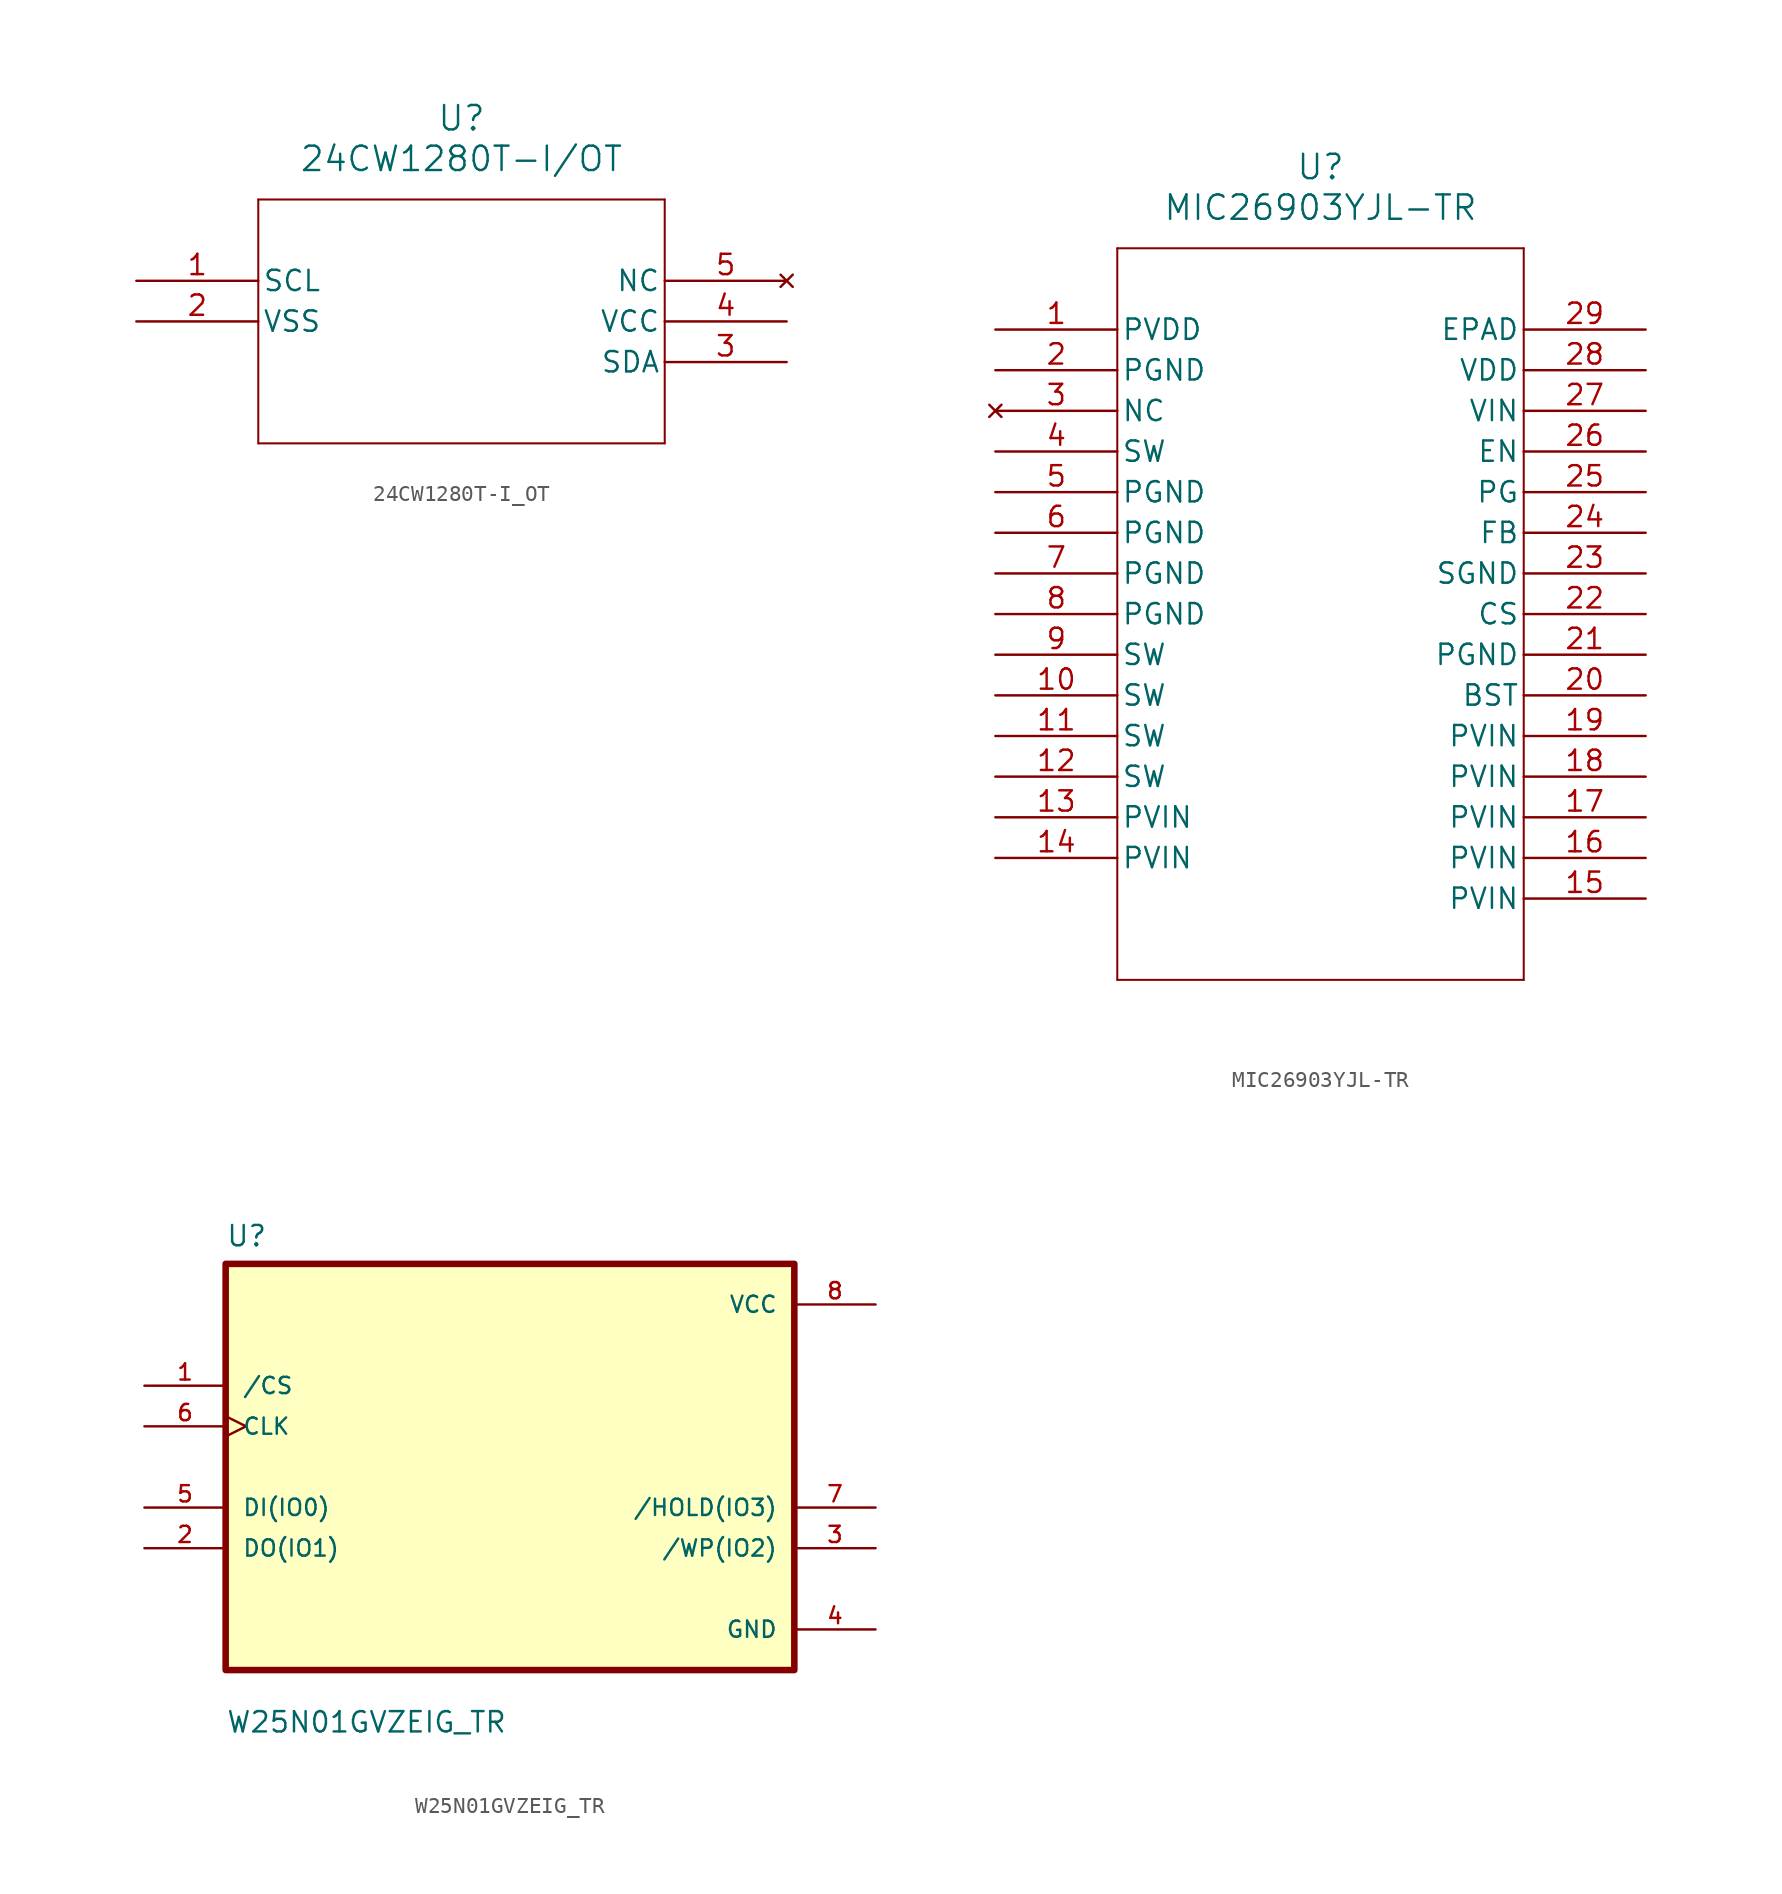
<source format=kicad_sym>
(kicad_symbol_lib
  (version 20241209)
  (generator "kicad_symbol_editor")
  (generator_version "9.0")
  (symbol "24CW1280T-I_OT"
    (pin_names
      (offset 0.254))
    (property "Reference" "U"
      (at 20.32 10.16 0)
      (effects (font (size 1.524 1.524))))
    (property "Value" "24CW1280T-I/OT"
      (at 20.32 7.62 0)
      (effects (font (size 1.524 1.524))))
    (property "ki_locked" ""
      (at 0 0 0)
      (effects (font (size 1.27 1.27))))
    (symbol "24CW1280T-I_OT_0_1"
      (polyline (pts (xy 7.62 5.08) (xy 7.62 -10.16)) (stroke (width 0.127) (type default)) (fill (type none)))
      (polyline (pts (xy 7.62 -10.16) (xy 33.02 -10.16)) (stroke (width 0.127) (type default)) (fill (type none)))
      (polyline (pts (xy 33.02 5.08) (xy 7.62 5.08)) (stroke (width 0.127) (type default)) (fill (type none)))
      (polyline (pts (xy 33.02 -10.16) (xy 33.02 5.08)) (stroke (width 0.127) (type default)) (fill (type none)))
      (pin unspecified line (at 0 0 0) (length 7.62) (name "SCL" (effects (font (size 1.27 1.27)))) (number "1" (effects (font (size 1.27 1.27)))))
      (pin power_out line (at 0 -2.54 0) (length 7.62) (name "VSS" (effects (font (size 1.27 1.27)))) (number "2" (effects (font (size 1.27 1.27)))))
      (pin no_connect line (at 40.64 0 180) (length 7.62) (name "NC" (effects (font (size 1.27 1.27)))) (number "5" (effects (font (size 1.27 1.27)))))
      (pin power_in line (at 40.64 -2.54 180) (length 7.62) (name "VCC" (effects (font (size 1.27 1.27)))) (number "4" (effects (font (size 1.27 1.27)))))
      (pin unspecified line (at 40.64 -5.08 180) (length 7.62) (name "SDA" (effects (font (size 1.27 1.27)))) (number "3" (effects (font (size 1.27 1.27)))))))
  (symbol "MIC26903YJL-TR"
    (pin_names
      (offset 0.254))
    (property "Reference" "U"
      (at 20.32 10.16 0)
      (effects (font (size 1.524 1.524))))
    (property "Value" "MIC26903YJL-TR"
      (at 20.32 7.62 0)
      (effects (font (size 1.524 1.524))))
    (property "ki_locked" ""
      (at 0 0 0)
      (effects (font (size 1.27 1.27))))
    (symbol "MIC26903YJL-TR_0_1"
      (polyline (pts (xy 7.62 5.08) (xy 7.62 -40.64)) (stroke (width 0.127) (type default)) (fill (type none)))
      (polyline (pts (xy 7.62 -40.64) (xy 33.02 -40.64)) (stroke (width 0.127) (type default)) (fill (type none)))
      (polyline (pts (xy 33.02 5.08) (xy 7.62 5.08)) (stroke (width 0.127) (type default)) (fill (type none)))
      (polyline (pts (xy 33.02 -40.64) (xy 33.02 5.08)) (stroke (width 0.127) (type default)) (fill (type none)))
      (pin power_in line (at 0 0 0) (length 7.62) (name "PVDD" (effects (font (size 1.27 1.27)))) (number "1" (effects (font (size 1.27 1.27)))))
      (pin power_in line (at 0 -2.54 0) (length 7.62) (name "PGND" (effects (font (size 1.27 1.27)))) (number "2" (effects (font (size 1.27 1.27)))))
      (pin no_connect line (at 0 -5.08 0) (length 7.62) (name "NC" (effects (font (size 1.27 1.27)))) (number "3" (effects (font (size 1.27 1.27)))))
      (pin output line (at 0 -7.62 0) (length 7.62) (name "SW" (effects (font (size 1.27 1.27)))) (number "4" (effects (font (size 1.27 1.27)))))
      (pin power_in line (at 0 -10.16 0) (length 7.62) (name "PGND" (effects (font (size 1.27 1.27)))) (number "5" (effects (font (size 1.27 1.27)))))
      (pin power_in line (at 0 -12.7 0) (length 7.62) (name "PGND" (effects (font (size 1.27 1.27)))) (number "6" (effects (font (size 1.27 1.27)))))
      (pin power_in line (at 0 -15.24 0) (length 7.62) (name "PGND" (effects (font (size 1.27 1.27)))) (number "7" (effects (font (size 1.27 1.27)))))
      (pin power_in line (at 0 -17.78 0) (length 7.62) (name "PGND" (effects (font (size 1.27 1.27)))) (number "8" (effects (font (size 1.27 1.27)))))
      (pin output line (at 0 -20.32 0) (length 7.62) (name "SW" (effects (font (size 1.27 1.27)))) (number "9" (effects (font (size 1.27 1.27)))))
      (pin output line (at 0 -22.86 0) (length 7.62) (name "SW" (effects (font (size 1.27 1.27)))) (number "10" (effects (font (size 1.27 1.27)))))
      (pin output line (at 0 -25.4 0) (length 7.62) (name "SW" (effects (font (size 1.27 1.27)))) (number "11" (effects (font (size 1.27 1.27)))))
      (pin output line (at 0 -27.94 0) (length 7.62) (name "SW" (effects (font (size 1.27 1.27)))) (number "12" (effects (font (size 1.27 1.27)))))
      (pin input line (at 0 -30.48 0) (length 7.62) (name "PVIN" (effects (font (size 1.27 1.27)))) (number "13" (effects (font (size 1.27 1.27)))))
      (pin input line (at 0 -33.02 0) (length 7.62) (name "PVIN" (effects (font (size 1.27 1.27)))) (number "14" (effects (font (size 1.27 1.27)))))
      (pin unspecified line (at 40.64 0 180) (length 7.62) (name "EPAD" (effects (font (size 1.27 1.27)))) (number "29" (effects (font (size 1.27 1.27)))))
      (pin power_in line (at 40.64 -2.54 180) (length 7.62) (name "VDD" (effects (font (size 1.27 1.27)))) (number "28" (effects (font (size 1.27 1.27)))))
      (pin input line (at 40.64 -5.08 180) (length 7.62) (name "VIN" (effects (font (size 1.27 1.27)))) (number "27" (effects (font (size 1.27 1.27)))))
      (pin input line (at 40.64 -7.62 180) (length 7.62) (name "EN" (effects (font (size 1.27 1.27)))) (number "26" (effects (font (size 1.27 1.27)))))
      (pin output line (at 40.64 -10.16 180) (length 7.62) (name "PG" (effects (font (size 1.27 1.27)))) (number "25" (effects (font (size 1.27 1.27)))))
      (pin input line (at 40.64 -12.7 180) (length 7.62) (name "FB" (effects (font (size 1.27 1.27)))) (number "24" (effects (font (size 1.27 1.27)))))
      (pin power_in line (at 40.64 -15.24 180) (length 7.62) (name "SGND" (effects (font (size 1.27 1.27)))) (number "23" (effects (font (size 1.27 1.27)))))
      (pin input line (at 40.64 -17.78 180) (length 7.62) (name "CS" (effects (font (size 1.27 1.27)))) (number "22" (effects (font (size 1.27 1.27)))))
      (pin power_in line (at 40.64 -20.32 180) (length 7.62) (name "PGND" (effects (font (size 1.27 1.27)))) (number "21" (effects (font (size 1.27 1.27)))))
      (pin output line (at 40.64 -22.86 180) (length 7.62) (name "BST" (effects (font (size 1.27 1.27)))) (number "20" (effects (font (size 1.27 1.27)))))
      (pin input line (at 40.64 -25.4 180) (length 7.62) (name "PVIN" (effects (font (size 1.27 1.27)))) (number "19" (effects (font (size 1.27 1.27)))))
      (pin input line (at 40.64 -27.94 180) (length 7.62) (name "PVIN" (effects (font (size 1.27 1.27)))) (number "18" (effects (font (size 1.27 1.27)))))
      (pin input line (at 40.64 -30.48 180) (length 7.62) (name "PVIN" (effects (font (size 1.27 1.27)))) (number "17" (effects (font (size 1.27 1.27)))))
      (pin input line (at 40.64 -33.02 180) (length 7.62) (name "PVIN" (effects (font (size 1.27 1.27)))) (number "16" (effects (font (size 1.27 1.27)))))
      (pin input line (at 40.64 -35.56 180) (length 7.62) (name "PVIN" (effects (font (size 1.27 1.27)))) (number "15" (effects (font (size 1.27 1.27)))))))
  (symbol "W25N01GVZEIG_TR"
    (pin_names
      (offset 1.016))
    (property "Reference" "U"
      (at -17.78 13.7 0)
      (effects (font (size 1.27 1.27)) (justify left bottom)))
    (property "Value" "W25N01GVZEIG_TR"
      (at -17.78 -16.7 0)
      (effects (font (size 1.27 1.27)) (justify left bottom)))
    (symbol "W25N01GVZEIG_TR_0_0"
      (rectangle (start -17.78 -12.7) (end 17.78 12.7) (stroke (width 0.41) (type default)) (fill (type background)))
      (pin input line (at -22.86 5.08 0) (length 5.08) (name "/CS" (effects (font (size 1.016 1.016)))) (number "1" (effects (font (size 1.016 1.016)))))
      (pin input clock (at -22.86 2.54 0) (length 5.08) (name "CLK" (effects (font (size 1.016 1.016)))) (number "6" (effects (font (size 1.016 1.016)))))
      (pin bidirectional line (at -22.86 -2.54 0) (length 5.08) (name "DI(IO0)" (effects (font (size 1.016 1.016)))) (number "5" (effects (font (size 1.016 1.016)))))
      (pin bidirectional line (at -22.86 -5.08 0) (length 5.08) (name "DO(IO1)" (effects (font (size 1.016 1.016)))) (number "2" (effects (font (size 1.016 1.016)))))
      (pin power_in line (at 22.86 10.16 180) (length 5.08) (name "VCC" (effects (font (size 1.016 1.016)))) (number "8" (effects (font (size 1.016 1.016)))))
      (pin bidirectional line (at 22.86 -2.54 180) (length 5.08) (name "/HOLD(IO3)" (effects (font (size 1.016 1.016)))) (number "7" (effects (font (size 1.016 1.016)))))
      (pin bidirectional line (at 22.86 -5.08 180) (length 5.08) (name "/WP(IO2)" (effects (font (size 1.016 1.016)))) (number "3" (effects (font (size 1.016 1.016)))))
      (pin power_in line (at 22.86 -10.16 180) (length 5.08) (name "GND" (effects (font (size 1.016 1.016)))) (number "4" (effects (font (size 1.016 1.016))))))))
</source>
